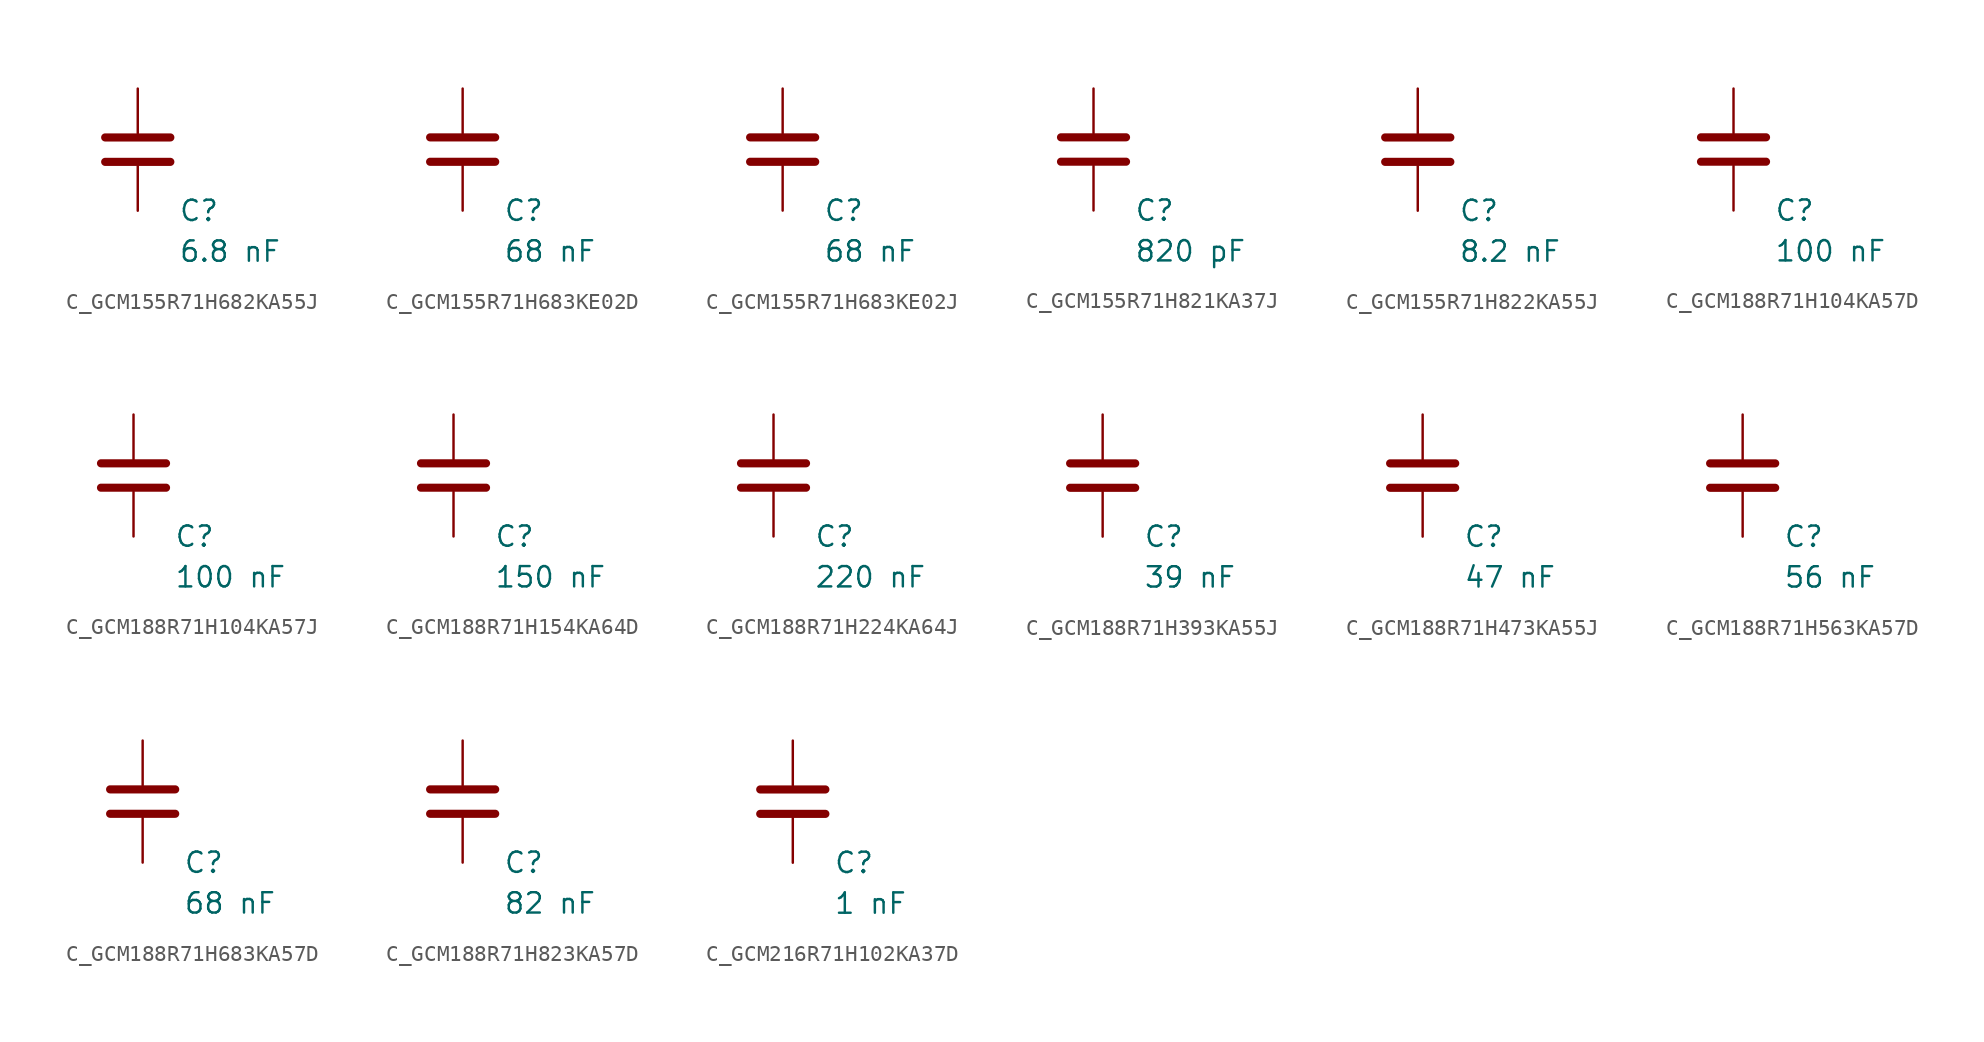
<source format=kicad_sym>
(kicad_symbol_lib
  (version 20231120)
  (generator "kicad_symbol_editor")
  (generator_version "8.0")
  (symbol "C_GCM155R71H682KA55J"
    (pin_numbers hide)
    (pin_names
      (offset 0.254))
    (property "Reference" "C"
      (at 2.54 -3.81 0)
      (effects (font (size 1.27 1.27)) (justify left))
      (show_name no))
    (property "Value" "6.8 nF"
      (at 2.54 -6.35 0)
      (effects (font (size 1.27 1.27)) (justify left))
      (show_name no))
    (symbol "C_GCM155R71H682KA55J_0_1"
      (polyline (pts (xy -2.032 -0.762) (xy 2.032 -0.762)) (stroke (width 0.508) (type default)) (fill (type none)))
      (polyline (pts (xy -2.032 0.762) (xy 2.032 0.762)) (stroke (width 0.508) (type default)) (fill (type none))))
    (symbol "C_GCM155R71H682KA55J_1_1"
      (pin passive line (at 0 3.81 270) (length 2.794) (name "~" (effects (font (size 1.27 1.27)))) (number "1" (effects (font (size 1.27 1.27)))))
      (pin passive line (at 0 -3.81 90) (length 2.794) (name "~" (effects (font (size 1.27 1.27)))) (number "2" (effects (font (size 1.27 1.27)))))))
  (symbol "C_GCM155R71H683KE02D"
    (pin_numbers hide)
    (pin_names
      (offset 0.254))
    (property "Reference" "C"
      (at 2.54 -3.81 0)
      (effects (font (size 1.27 1.27)) (justify left))
      (show_name no))
    (property "Value" "68 nF"
      (at 2.54 -6.35 0)
      (effects (font (size 1.27 1.27)) (justify left))
      (show_name no))
    (symbol "C_GCM155R71H683KE02D_0_1"
      (polyline (pts (xy -2.032 -0.762) (xy 2.032 -0.762)) (stroke (width 0.508) (type default)) (fill (type none)))
      (polyline (pts (xy -2.032 0.762) (xy 2.032 0.762)) (stroke (width 0.508) (type default)) (fill (type none))))
    (symbol "C_GCM155R71H683KE02D_1_1"
      (pin passive line (at 0 3.81 270) (length 2.794) (name "~" (effects (font (size 1.27 1.27)))) (number "1" (effects (font (size 1.27 1.27)))))
      (pin passive line (at 0 -3.81 90) (length 2.794) (name "~" (effects (font (size 1.27 1.27)))) (number "2" (effects (font (size 1.27 1.27)))))))
  (symbol "C_GCM155R71H683KE02J"
    (pin_numbers hide)
    (pin_names
      (offset 0.254))
    (property "Reference" "C"
      (at 2.54 -3.81 0)
      (effects (font (size 1.27 1.27)) (justify left))
      (show_name no))
    (property "Value" "68 nF"
      (at 2.54 -6.35 0)
      (effects (font (size 1.27 1.27)) (justify left))
      (show_name no))
    (symbol "C_GCM155R71H683KE02J_0_1"
      (polyline (pts (xy -2.032 -0.762) (xy 2.032 -0.762)) (stroke (width 0.508) (type default)) (fill (type none)))
      (polyline (pts (xy -2.032 0.762) (xy 2.032 0.762)) (stroke (width 0.508) (type default)) (fill (type none))))
    (symbol "C_GCM155R71H683KE02J_1_1"
      (pin passive line (at 0 3.81 270) (length 2.794) (name "~" (effects (font (size 1.27 1.27)))) (number "1" (effects (font (size 1.27 1.27)))))
      (pin passive line (at 0 -3.81 90) (length 2.794) (name "~" (effects (font (size 1.27 1.27)))) (number "2" (effects (font (size 1.27 1.27)))))))
  (symbol "C_GCM155R71H821KA37J"
    (pin_numbers hide)
    (pin_names
      (offset 0.254))
    (property "Reference" "C"
      (at 2.54 -3.81 0)
      (effects (font (size 1.27 1.27)) (justify left))
      (show_name no))
    (property "Value" "820 pF"
      (at 2.54 -6.35 0)
      (effects (font (size 1.27 1.27)) (justify left))
      (show_name no))
    (symbol "C_GCM155R71H821KA37J_0_1"
      (polyline (pts (xy -2.032 -0.762) (xy 2.032 -0.762)) (stroke (width 0.508) (type default)) (fill (type none)))
      (polyline (pts (xy -2.032 0.762) (xy 2.032 0.762)) (stroke (width 0.508) (type default)) (fill (type none))))
    (symbol "C_GCM155R71H821KA37J_1_1"
      (pin passive line (at 0 3.81 270) (length 2.794) (name "~" (effects (font (size 1.27 1.27)))) (number "1" (effects (font (size 1.27 1.27)))))
      (pin passive line (at 0 -3.81 90) (length 2.794) (name "~" (effects (font (size 1.27 1.27)))) (number "2" (effects (font (size 1.27 1.27)))))))
  (symbol "C_GCM155R71H822KA55J"
    (pin_numbers hide)
    (pin_names
      (offset 0.254))
    (property "Reference" "C"
      (at 2.54 -3.81 0)
      (effects (font (size 1.27 1.27)) (justify left))
      (show_name no))
    (property "Value" "8.2 nF"
      (at 2.54 -6.35 0)
      (effects (font (size 1.27 1.27)) (justify left))
      (show_name no))
    (symbol "C_GCM155R71H822KA55J_0_1"
      (polyline (pts (xy -2.032 -0.762) (xy 2.032 -0.762)) (stroke (width 0.508) (type default)) (fill (type none)))
      (polyline (pts (xy -2.032 0.762) (xy 2.032 0.762)) (stroke (width 0.508) (type default)) (fill (type none))))
    (symbol "C_GCM155R71H822KA55J_1_1"
      (pin passive line (at 0 3.81 270) (length 2.794) (name "~" (effects (font (size 1.27 1.27)))) (number "1" (effects (font (size 1.27 1.27)))))
      (pin passive line (at 0 -3.81 90) (length 2.794) (name "~" (effects (font (size 1.27 1.27)))) (number "2" (effects (font (size 1.27 1.27)))))))
  (symbol "C_GCM188R71H104KA57D"
    (pin_numbers hide)
    (pin_names
      (offset 0.254))
    (property "Reference" "C"
      (at 2.54 -3.81 0)
      (effects (font (size 1.27 1.27)) (justify left))
      (show_name no))
    (property "Value" "100 nF"
      (at 2.54 -6.35 0)
      (effects (font (size 1.27 1.27)) (justify left))
      (show_name no))
    (symbol "C_GCM188R71H104KA57D_0_1"
      (polyline (pts (xy -2.032 -0.762) (xy 2.032 -0.762)) (stroke (width 0.508) (type default)) (fill (type none)))
      (polyline (pts (xy -2.032 0.762) (xy 2.032 0.762)) (stroke (width 0.508) (type default)) (fill (type none))))
    (symbol "C_GCM188R71H104KA57D_1_1"
      (pin passive line (at 0 3.81 270) (length 2.794) (name "~" (effects (font (size 1.27 1.27)))) (number "1" (effects (font (size 1.27 1.27)))))
      (pin passive line (at 0 -3.81 90) (length 2.794) (name "~" (effects (font (size 1.27 1.27)))) (number "2" (effects (font (size 1.27 1.27)))))))
  (symbol "C_GCM188R71H104KA57J"
    (pin_numbers hide)
    (pin_names
      (offset 0.254))
    (property "Reference" "C"
      (at 2.54 -3.81 0)
      (effects (font (size 1.27 1.27)) (justify left))
      (show_name no))
    (property "Value" "100 nF"
      (at 2.54 -6.35 0)
      (effects (font (size 1.27 1.27)) (justify left))
      (show_name no))
    (symbol "C_GCM188R71H104KA57J_0_1"
      (polyline (pts (xy -2.032 -0.762) (xy 2.032 -0.762)) (stroke (width 0.508) (type default)) (fill (type none)))
      (polyline (pts (xy -2.032 0.762) (xy 2.032 0.762)) (stroke (width 0.508) (type default)) (fill (type none))))
    (symbol "C_GCM188R71H104KA57J_1_1"
      (pin passive line (at 0 3.81 270) (length 2.794) (name "~" (effects (font (size 1.27 1.27)))) (number "1" (effects (font (size 1.27 1.27)))))
      (pin passive line (at 0 -3.81 90) (length 2.794) (name "~" (effects (font (size 1.27 1.27)))) (number "2" (effects (font (size 1.27 1.27)))))))
  (symbol "C_GCM188R71H154KA64D"
    (pin_numbers hide)
    (pin_names
      (offset 0.254))
    (property "Reference" "C"
      (at 2.54 -3.81 0)
      (effects (font (size 1.27 1.27)) (justify left))
      (show_name no))
    (property "Value" "150 nF"
      (at 2.54 -6.35 0)
      (effects (font (size 1.27 1.27)) (justify left))
      (show_name no))
    (symbol "C_GCM188R71H154KA64D_0_1"
      (polyline (pts (xy -2.032 -0.762) (xy 2.032 -0.762)) (stroke (width 0.508) (type default)) (fill (type none)))
      (polyline (pts (xy -2.032 0.762) (xy 2.032 0.762)) (stroke (width 0.508) (type default)) (fill (type none))))
    (symbol "C_GCM188R71H154KA64D_1_1"
      (pin passive line (at 0 3.81 270) (length 2.794) (name "~" (effects (font (size 1.27 1.27)))) (number "1" (effects (font (size 1.27 1.27)))))
      (pin passive line (at 0 -3.81 90) (length 2.794) (name "~" (effects (font (size 1.27 1.27)))) (number "2" (effects (font (size 1.27 1.27)))))))
  (symbol "C_GCM188R71H224KA64J"
    (pin_numbers hide)
    (pin_names
      (offset 0.254))
    (property "Reference" "C"
      (at 2.54 -3.81 0)
      (effects (font (size 1.27 1.27)) (justify left))
      (show_name no))
    (property "Value" "220 nF"
      (at 2.54 -6.35 0)
      (effects (font (size 1.27 1.27)) (justify left))
      (show_name no))
    (symbol "C_GCM188R71H224KA64J_0_1"
      (polyline (pts (xy -2.032 -0.762) (xy 2.032 -0.762)) (stroke (width 0.508) (type default)) (fill (type none)))
      (polyline (pts (xy -2.032 0.762) (xy 2.032 0.762)) (stroke (width 0.508) (type default)) (fill (type none))))
    (symbol "C_GCM188R71H224KA64J_1_1"
      (pin passive line (at 0 3.81 270) (length 2.794) (name "~" (effects (font (size 1.27 1.27)))) (number "1" (effects (font (size 1.27 1.27)))))
      (pin passive line (at 0 -3.81 90) (length 2.794) (name "~" (effects (font (size 1.27 1.27)))) (number "2" (effects (font (size 1.27 1.27)))))))
  (symbol "C_GCM188R71H393KA55J"
    (pin_numbers hide)
    (pin_names
      (offset 0.254))
    (property "Reference" "C"
      (at 2.54 -3.81 0)
      (effects (font (size 1.27 1.27)) (justify left))
      (show_name no))
    (property "Value" "39 nF"
      (at 2.54 -6.35 0)
      (effects (font (size 1.27 1.27)) (justify left))
      (show_name no))
    (symbol "C_GCM188R71H393KA55J_0_1"
      (polyline (pts (xy -2.032 -0.762) (xy 2.032 -0.762)) (stroke (width 0.508) (type default)) (fill (type none)))
      (polyline (pts (xy -2.032 0.762) (xy 2.032 0.762)) (stroke (width 0.508) (type default)) (fill (type none))))
    (symbol "C_GCM188R71H393KA55J_1_1"
      (pin passive line (at 0 3.81 270) (length 2.794) (name "~" (effects (font (size 1.27 1.27)))) (number "1" (effects (font (size 1.27 1.27)))))
      (pin passive line (at 0 -3.81 90) (length 2.794) (name "~" (effects (font (size 1.27 1.27)))) (number "2" (effects (font (size 1.27 1.27)))))))
  (symbol "C_GCM188R71H473KA55J"
    (pin_numbers hide)
    (pin_names
      (offset 0.254))
    (property "Reference" "C"
      (at 2.54 -3.81 0)
      (effects (font (size 1.27 1.27)) (justify left))
      (show_name no))
    (property "Value" "47 nF"
      (at 2.54 -6.35 0)
      (effects (font (size 1.27 1.27)) (justify left))
      (show_name no))
    (symbol "C_GCM188R71H473KA55J_0_1"
      (polyline (pts (xy -2.032 -0.762) (xy 2.032 -0.762)) (stroke (width 0.508) (type default)) (fill (type none)))
      (polyline (pts (xy -2.032 0.762) (xy 2.032 0.762)) (stroke (width 0.508) (type default)) (fill (type none))))
    (symbol "C_GCM188R71H473KA55J_1_1"
      (pin passive line (at 0 3.81 270) (length 2.794) (name "~" (effects (font (size 1.27 1.27)))) (number "1" (effects (font (size 1.27 1.27)))))
      (pin passive line (at 0 -3.81 90) (length 2.794) (name "~" (effects (font (size 1.27 1.27)))) (number "2" (effects (font (size 1.27 1.27)))))))
  (symbol "C_GCM188R71H563KA57D"
    (pin_numbers hide)
    (pin_names
      (offset 0.254))
    (property "Reference" "C"
      (at 2.54 -3.81 0)
      (effects (font (size 1.27 1.27)) (justify left))
      (show_name no))
    (property "Value" "56 nF"
      (at 2.54 -6.35 0)
      (effects (font (size 1.27 1.27)) (justify left))
      (show_name no))
    (symbol "C_GCM188R71H563KA57D_0_1"
      (polyline (pts (xy -2.032 -0.762) (xy 2.032 -0.762)) (stroke (width 0.508) (type default)) (fill (type none)))
      (polyline (pts (xy -2.032 0.762) (xy 2.032 0.762)) (stroke (width 0.508) (type default)) (fill (type none))))
    (symbol "C_GCM188R71H563KA57D_1_1"
      (pin passive line (at 0 3.81 270) (length 2.794) (name "~" (effects (font (size 1.27 1.27)))) (number "1" (effects (font (size 1.27 1.27)))))
      (pin passive line (at 0 -3.81 90) (length 2.794) (name "~" (effects (font (size 1.27 1.27)))) (number "2" (effects (font (size 1.27 1.27)))))))
  (symbol "C_GCM188R71H683KA57D"
    (pin_numbers hide)
    (pin_names
      (offset 0.254))
    (property "Reference" "C"
      (at 2.54 -3.81 0)
      (effects (font (size 1.27 1.27)) (justify left))
      (show_name no))
    (property "Value" "68 nF"
      (at 2.54 -6.35 0)
      (effects (font (size 1.27 1.27)) (justify left))
      (show_name no))
    (symbol "C_GCM188R71H683KA57D_0_1"
      (polyline (pts (xy -2.032 -0.762) (xy 2.032 -0.762)) (stroke (width 0.508) (type default)) (fill (type none)))
      (polyline (pts (xy -2.032 0.762) (xy 2.032 0.762)) (stroke (width 0.508) (type default)) (fill (type none))))
    (symbol "C_GCM188R71H683KA57D_1_1"
      (pin passive line (at 0 3.81 270) (length 2.794) (name "~" (effects (font (size 1.27 1.27)))) (number "1" (effects (font (size 1.27 1.27)))))
      (pin passive line (at 0 -3.81 90) (length 2.794) (name "~" (effects (font (size 1.27 1.27)))) (number "2" (effects (font (size 1.27 1.27)))))))
  (symbol "C_GCM188R71H823KA57D"
    (pin_numbers hide)
    (pin_names
      (offset 0.254))
    (property "Reference" "C"
      (at 2.54 -3.81 0)
      (effects (font (size 1.27 1.27)) (justify left))
      (show_name no))
    (property "Value" "82 nF"
      (at 2.54 -6.35 0)
      (effects (font (size 1.27 1.27)) (justify left))
      (show_name no))
    (symbol "C_GCM188R71H823KA57D_0_1"
      (polyline (pts (xy -2.032 -0.762) (xy 2.032 -0.762)) (stroke (width 0.508) (type default)) (fill (type none)))
      (polyline (pts (xy -2.032 0.762) (xy 2.032 0.762)) (stroke (width 0.508) (type default)) (fill (type none))))
    (symbol "C_GCM188R71H823KA57D_1_1"
      (pin passive line (at 0 3.81 270) (length 2.794) (name "~" (effects (font (size 1.27 1.27)))) (number "1" (effects (font (size 1.27 1.27)))))
      (pin passive line (at 0 -3.81 90) (length 2.794) (name "~" (effects (font (size 1.27 1.27)))) (number "2" (effects (font (size 1.27 1.27)))))))
  (symbol "C_GCM216R71H102KA37D"
    (pin_numbers hide)
    (pin_names
      (offset 0.254))
    (property "Reference" "C"
      (at 2.54 -3.81 0)
      (effects (font (size 1.27 1.27)) (justify left))
      (show_name no))
    (property "Value" "1 nF"
      (at 2.54 -6.35 0)
      (effects (font (size 1.27 1.27)) (justify left))
      (show_name no))
    (symbol "C_GCM216R71H102KA37D_0_1"
      (polyline (pts (xy -2.032 -0.762) (xy 2.032 -0.762)) (stroke (width 0.508) (type default)) (fill (type none)))
      (polyline (pts (xy -2.032 0.762) (xy 2.032 0.762)) (stroke (width 0.508) (type default)) (fill (type none))))
    (symbol "C_GCM216R71H102KA37D_1_1"
      (pin passive line (at 0 3.81 270) (length 2.794) (name "~" (effects (font (size 1.27 1.27)))) (number "1" (effects (font (size 1.27 1.27)))))
      (pin passive line (at 0 -3.81 90) (length 2.794) (name "~" (effects (font (size 1.27 1.27)))) (number "2" (effects (font (size 1.27 1.27))))))))
</source>
